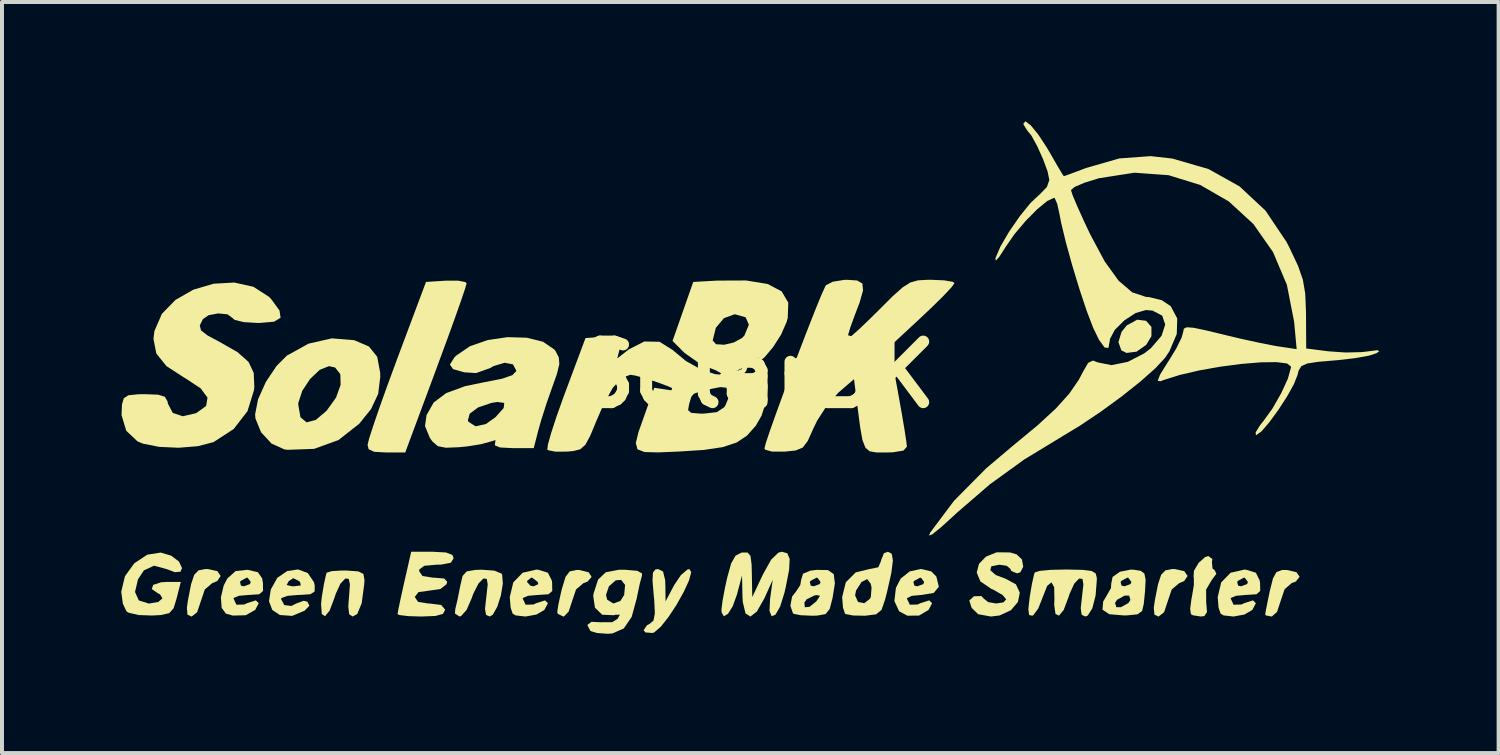
<source format=kicad_pcb>
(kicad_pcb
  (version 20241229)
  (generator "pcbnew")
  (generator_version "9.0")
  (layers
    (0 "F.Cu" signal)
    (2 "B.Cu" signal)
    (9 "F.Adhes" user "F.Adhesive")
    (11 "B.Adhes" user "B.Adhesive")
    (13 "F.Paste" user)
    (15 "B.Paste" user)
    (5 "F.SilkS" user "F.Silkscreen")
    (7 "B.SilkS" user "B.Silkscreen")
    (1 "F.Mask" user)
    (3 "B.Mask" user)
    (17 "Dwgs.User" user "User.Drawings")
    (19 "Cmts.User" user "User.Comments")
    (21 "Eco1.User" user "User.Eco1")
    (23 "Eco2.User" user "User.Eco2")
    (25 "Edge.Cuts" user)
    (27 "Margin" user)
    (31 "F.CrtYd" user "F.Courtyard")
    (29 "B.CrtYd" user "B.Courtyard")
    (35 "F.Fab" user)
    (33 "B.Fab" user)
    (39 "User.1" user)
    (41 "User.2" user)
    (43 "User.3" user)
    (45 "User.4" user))
  (footprint "SolarBK"
    (layer "F.Cu")
    (at 15.956 6.374)
    (property "Reference" "SolarBK" (at 0 0 0) (layer "F.SilkS") (effects (font (size 1.524 1.524) (thickness 0.3))))
    (attr board_only exclude_from_pos_files exclude_from_bom)
    (fp_poly (pts (xy 9.814 -1.357) (xy 9.948 -1.204) (xy 9.948 -0.971) (xy 9.816 -0.752) (xy 9.573 -0.581) (xy 9.322 -0.549) (xy 9.19 -0.615) (xy 9.118 -0.822) (xy 9.197 -1.08) (xy 9.327 -1.241) (xy 9.591 -1.385)) (stroke (width 0) (type solid)) (fill yes) (layer "F.SilkS"))
    (fp_poly (pts (xy -13.541 4.938) (xy -13.457 5.06) (xy -13.544 5.188) (xy -13.67 5.24) (xy -13.856 5.399) (xy -13.953 5.687) (xy -14.049 5.971) (xy -14.185 6.079) (xy -14.19 6.079) (xy -14.291 6.033) (xy -14.307 5.862) (xy -14.28 5.672) (xy -14.201 5.266) (xy -14.122 5.03) (xy -14.015 4.919) (xy -13.851 4.886) (xy -13.778 4.885)) (stroke (width 0) (type solid)) (fill yes) (layer "F.SilkS"))
    (fp_poly (pts (xy 10.773 4.938) (xy 10.857 5.06) (xy 10.77 5.188) (xy 10.645 5.24) (xy 10.458 5.399) (xy 10.361 5.687) (xy 10.266 5.971) (xy 10.129 6.079) (xy 10.125 6.079) (xy 10.024 6.033) (xy 10.007 5.862) (xy 10.034 5.672) (xy 10.114 5.266) (xy 10.192 5.03) (xy 10.299 4.919) (xy 10.463 4.886) (xy 10.536 4.885)) (stroke (width 0) (type solid)) (fill yes) (layer "F.SilkS"))
    (fp_poly (pts (xy -4.439 4.909) (xy -4.205 4.966) (xy -4.129 5.082) (xy -4.231 5.201) (xy -4.335 5.24) (xy -4.521 5.399) (xy -4.618 5.687) (xy -4.706 5.954) (xy -4.825 6.077) (xy -4.842 6.079) (xy -4.979 6.012) (xy -4.993 5.964) (xy -4.968 5.795) (xy -4.906 5.506) (xy -4.874 5.374) (xy -4.784 5.08) (xy -4.679 4.943) (xy -4.505 4.908)) (stroke (width 0) (type solid)) (fill yes) (layer "F.SilkS"))
    (fp_poly (pts (xy 13.594 4.965) (xy 13.674 5.08) (xy 13.579 5.199) (xy 13.475 5.238) (xy 13.297 5.392) (xy 13.198 5.685) (xy 13.106 5.964) (xy 12.977 6.078) (xy 12.966 6.079) (xy 12.825 6.051) (xy 12.809 6.03) (xy 12.829 5.904) (xy 12.883 5.638) (xy 12.924 5.44) (xy 13.004 5.121) (xy 13.091 4.962) (xy 13.23 4.91) (xy 13.359 4.909)) (stroke (width 0) (type solid)) (fill yes) (layer "F.SilkS"))
    (fp_poly (pts (xy -7.301 -2.33) (xy -7.273 -2.299) (xy -7.309 -2.17) (xy -7.41 -1.871) (xy -7.565 -1.432) (xy -7.762 -0.887) (xy -7.991 -0.267) (xy -8.044 -0.122) (xy -8.816 1.954) (xy -9.293 1.954) (xy -9.597 1.937) (xy -9.736 1.872) (xy -9.763 1.764) (xy -9.725 1.606) (xy -9.62 1.281) (xy -9.463 0.823) (xy -9.264 0.267) (xy -9.036 -0.351) (xy -9.026 -0.38) (xy -8.294 -2.334) (xy -7.784 -2.367) (xy -7.485 -2.367)) (stroke (width 0) (type solid)) (fill yes) (layer "F.SilkS"))
    (fp_poly (pts (xy 11.48 4.635) (xy 11.469 4.715) (xy 11.484 4.874) (xy 11.538 4.913) (xy 11.581 5.006) (xy 11.467 5.156) (xy 11.323 5.401) (xy 11.325 5.718) (xy 11.345 5.967) (xy 11.278 6.067) (xy 11.192 6.079) (xy 10.995 6.049) (xy 10.94 6.019) (xy 10.922 5.884) (xy 10.956 5.627) (xy 10.969 5.564) (xy 11.015 5.284) (xy 11.014 5.102) (xy 11.007 5.085) (xy 11.017 4.928) (xy 11.135 4.73) (xy 11.298 4.584) (xy 11.381 4.559)) (stroke (width 0) (type solid)) (fill yes) (layer "F.SilkS"))
    (fp_poly (pts (xy -10.285 4.923) (xy -9.997 4.944) (xy -9.868 5.008) (xy -9.841 5.161) (xy -9.847 5.265) (xy -9.911 5.745) (xy -10.022 6.015) (xy -10.138 6.079) (xy -10.226 6.021) (xy -10.248 5.821) (xy -10.229 5.576) (xy -10.207 5.268) (xy -10.238 5.131) (xy -10.322 5.123) (xy -10.445 5.252) (xy -10.564 5.51) (xy -10.59 5.592) (xy -10.717 5.93) (xy -10.833 6.071) (xy -10.914 6.016) (xy -10.933 5.767) (xy -10.913 5.577) (xy -10.859 5.256) (xy -10.809 5.031) (xy -10.791 4.977) (xy -10.666 4.938) (xy -10.403 4.922)) (stroke (width 0) (type solid)) (fill yes) (layer "F.SilkS"))
    (fp_poly (pts (xy -1.624 4.964) (xy -1.68 5.171) (xy -1.811 5.458) (xy -1.991 5.779) (xy -2.193 6.087) (xy -2.389 6.335) (xy -2.554 6.477) (xy -2.598 6.493) (xy -2.777 6.479) (xy -2.822 6.423) (xy -2.736 6.298) (xy -2.661 6.257) (xy -2.572 6.177) (xy -2.539 5.996) (xy -2.555 5.665) (xy -2.568 5.54) (xy -2.598 5.174) (xy -2.587 4.975) (xy -2.525 4.895) (xy -2.458 4.885) (xy -2.333 4.947) (xy -2.28 5.163) (xy -2.275 5.292) (xy -2.27 5.699) (xy -2.055 5.292) (xy -1.885 5.039) (xy -1.718 4.896) (xy -1.672 4.885)) (stroke (width 0) (type solid)) (fill yes) (layer "F.SilkS"))
    (fp_poly (pts (xy -6.575 4.925) (xy -6.396 4.999) (xy -6.379 5.024) (xy -6.362 5.251) (xy -6.41 5.546) (xy -6.501 5.832) (xy -6.612 6.031) (xy -6.689 6.079) (xy -6.784 6.039) (xy -6.81 5.886) (xy -6.776 5.576) (xy -6.742 5.27) (xy -6.766 5.133) (xy -6.851 5.123) (xy -6.974 5.249) (xy -7.105 5.507) (xy -7.147 5.625) (xy -7.274 5.914) (xy -7.412 6.067) (xy -7.453 6.079) (xy -7.566 6.003) (xy -7.557 5.889) (xy -7.501 5.654) (xy -7.438 5.338) (xy -7.432 5.305) (xy -7.374 5.059) (xy -7.27 4.944) (xy -7.05 4.907) (xy -6.893 4.902)) (stroke (width 0) (type solid)) (fill yes) (layer "F.SilkS"))
    (fp_poly (pts (xy 4.413 4.945) (xy 4.54 5.075) (xy 4.602 5.331) (xy 4.473 5.486) (xy 4.17 5.536) (xy 3.922 5.559) (xy 3.802 5.616) (xy 3.799 5.626) (xy 3.872 5.782) (xy 4.067 5.777) (xy 4.148 5.74) (xy 4.36 5.673) (xy 4.433 5.744) (xy 4.344 5.913) (xy 4.105 6.055) (xy 3.81 6.058) (xy 3.604 5.948) (xy 3.484 5.689) (xy 3.523 5.358) (xy 3.599 5.21) (xy 3.962 5.21) (xy 3.987 5.303) (xy 4.064 5.319) (xy 4.213 5.262) (xy 4.233 5.21) (xy 4.155 5.105) (xy 4.131 5.102) (xy 3.984 5.181) (xy 3.962 5.21) (xy 3.599 5.21) (xy 3.642 5.126) (xy 3.868 4.945) (xy 4.152 4.883)) (stroke (width 0) (type solid)) (fill yes) (layer "F.SilkS"))
    (fp_poly (pts (xy -11.266 4.986) (xy -11.111 5.216) (xy -11.091 5.303) (xy -11.095 5.452) (xy -11.203 5.519) (xy -11.468 5.536) (xy -11.498 5.536) (xy -11.773 5.558) (xy -11.928 5.614) (xy -11.94 5.638) (xy -11.859 5.79) (xy -11.68 5.814) (xy -11.56 5.753) (xy -11.369 5.683) (xy -11.277 5.706) (xy -11.225 5.807) (xy -11.347 5.932) (xy -11.659 6.063) (xy -11.969 6.041) (xy -12.159 5.914) (xy -12.242 5.693) (xy -12.196 5.399) (xy -12.133 5.286) (xy -11.798 5.286) (xy -11.667 5.318) (xy -11.615 5.319) (xy -11.442 5.297) (xy -11.459 5.215) (xy -11.484 5.189) (xy -11.632 5.114) (xy -11.745 5.189) (xy -11.798 5.286) (xy -12.133 5.286) (xy -12.033 5.106) (xy -11.785 4.936) (xy -11.51 4.895)) (stroke (width 0) (type solid)) (fill yes) (layer "F.SilkS"))
    (fp_poly (pts (xy -14.701 4.549) (xy -14.505 4.697) (xy -14.429 4.861) (xy -14.468 4.952) (xy -14.609 4.964) (xy -14.81 4.888) (xy -15.132 4.801) (xy -15.388 4.919) (xy -15.537 5.146) (xy -15.611 5.462) (xy -15.515 5.674) (xy -15.264 5.753) (xy -15.261 5.753) (xy -15.026 5.713) (xy -14.921 5.622) (xy -14.983 5.521) (xy -15.034 5.496) (xy -15.189 5.388) (xy -15.154 5.283) (xy -14.955 5.218) (xy -14.828 5.21) (xy -14.46 5.21) (xy -14.564 5.621) (xy -14.64 5.87) (xy -14.75 5.994) (xy -14.961 6.042) (xy -15.183 6.054) (xy -15.517 6.042) (xy -15.766 5.985) (xy -15.827 5.947) (xy -15.917 5.755) (xy -15.956 5.467) (xy -15.956 5.452) (xy -15.865 5.067) (xy -15.629 4.74) (xy -15.302 4.524) (xy -14.965 4.471)) (stroke (width 0) (type solid)) (fill yes) (layer "F.SilkS"))
    (fp_poly (pts (xy -12.771 4.906) (xy -12.522 4.965) (xy -12.415 5.117) (xy -12.394 5.237) (xy -12.392 5.436) (xy -12.486 5.519) (xy -12.736 5.536) (xy -12.747 5.536) (xy -13.001 5.558) (xy -13.13 5.613) (xy -13.134 5.626) (xy -13.061 5.782) (xy -12.866 5.777) (xy -12.785 5.74) (xy -12.573 5.673) (xy -12.5 5.744) (xy -12.589 5.913) (xy -12.826 6.047) (xy -13.153 6.055) (xy -13.324 6.007) (xy -13.433 5.859) (xy -13.451 5.597) (xy -13.381 5.299) (xy -13.334 5.21) (xy -12.971 5.21) (xy -12.947 5.303) (xy -12.869 5.319) (xy -12.721 5.262) (xy -12.7 5.21) (xy -12.778 5.105) (xy -12.802 5.102) (xy -12.949 5.181) (xy -12.971 5.21) (xy -13.334 5.21) (xy -13.287 5.12) (xy -13.08 4.936) (xy -12.784 4.904)) (stroke (width 0) (type solid)) (fill yes) (layer "F.SilkS"))
    (fp_poly (pts (xy 3.418 4.501) (xy 3.447 4.669) (xy 3.408 4.981) (xy 3.299 5.464) (xy 3.25 5.654) (xy 3.162 5.91) (xy 3.025 6.024) (xy 2.758 6.058) (xy 2.731 6.059) (xy 2.444 6.053) (xy 2.26 6.017) (xy 2.242 6.005) (xy 2.192 5.856) (xy 2.171 5.596) (xy 2.171 5.589) (xy 2.181 5.549) (xy 2.497 5.549) (xy 2.57 5.713) (xy 2.727 5.744) (xy 2.872 5.631) (xy 2.892 5.59) (xy 2.91 5.348) (xy 2.887 5.252) (xy 2.801 5.138) (xy 2.659 5.21) (xy 2.658 5.211) (xy 2.52 5.426) (xy 2.497 5.549) (xy 2.181 5.549) (xy 2.263 5.217) (xy 2.512 4.969) (xy 2.858 4.885) (xy 3.08 4.841) (xy 3.148 4.684) (xy 3.148 4.668) (xy 3.221 4.487) (xy 3.323 4.45)) (stroke (width 0) (type solid)) (fill yes) (layer "F.SilkS"))
    (fp_poly (pts (xy -7.794 4.468) (xy -7.63 4.53) (xy -7.598 4.613) (xy -7.67 4.726) (xy -7.908 4.773) (xy -8.032 4.776) (xy -8.334 4.803) (xy -8.459 4.892) (xy -8.467 4.939) (xy -8.383 5.06) (xy -8.119 5.102) (xy -8.09 5.102) (xy -7.839 5.123) (xy -7.762 5.202) (xy -7.776 5.265) (xy -7.931 5.387) (xy -8.207 5.427) (xy -8.483 5.465) (xy -8.575 5.584) (xy -8.575 5.59) (xy -8.493 5.711) (xy -8.23 5.753) (xy -8.195 5.753) (xy -7.914 5.788) (xy -7.816 5.901) (xy -7.815 5.916) (xy -7.869 6.014) (xy -8.057 6.065) (xy -8.412 6.079) (xy -8.739 6.069) (xy -8.956 6.043) (xy -9.009 6.019) (xy -8.987 5.891) (xy -8.928 5.61) (xy -8.845 5.235) (xy -8.838 5.205) (xy -8.666 4.45) (xy -8.132 4.45)) (stroke (width 0) (type solid)) (fill yes) (layer "F.SilkS"))
    (fp_poly (pts (xy -5.464 4.904) (xy -5.228 4.978) (xy -5.131 5.171) (xy -5.122 5.237) (xy -5.119 5.436) (xy -5.213 5.519) (xy -5.463 5.536) (xy -5.474 5.536) (xy -5.728 5.558) (xy -5.857 5.613) (xy -5.862 5.626) (xy -5.789 5.782) (xy -5.594 5.777) (xy -5.512 5.74) (xy -5.3 5.673) (xy -5.228 5.744) (xy -5.317 5.913) (xy -5.514 6.029) (xy -5.792 6.079) (xy -6.04 6.051) (xy -6.115 6.006) (xy -6.165 5.856) (xy -6.187 5.596) (xy -6.187 5.589) (xy -6.099 5.221) (xy -6.089 5.21) (xy -5.753 5.21) (xy -5.665 5.306) (xy -5.584 5.319) (xy -5.471 5.266) (xy -5.482 5.21) (xy -5.62 5.106) (xy -5.651 5.102) (xy -5.75 5.185) (xy -5.753 5.21) (xy -6.089 5.21) (xy -5.863 4.978) (xy -5.518 4.899)) (stroke (width 0) (type solid)) (fill yes) (layer "F.SilkS"))
    (fp_poly (pts (xy 12.338 4.904) (xy 12.574 4.978) (xy 12.67 5.171) (xy 12.68 5.237) (xy 12.683 5.436) (xy 12.589 5.519) (xy 12.339 5.536) (xy 12.327 5.536) (xy 12.073 5.558) (xy 11.944 5.613) (xy 11.94 5.626) (xy 12.013 5.782) (xy 12.208 5.777) (xy 12.289 5.74) (xy 12.501 5.673) (xy 12.574 5.744) (xy 12.485 5.913) (xy 12.288 6.029) (xy 12.01 6.079) (xy 11.762 6.051) (xy 11.687 6.006) (xy 11.636 5.856) (xy 11.615 5.596) (xy 11.615 5.589) (xy 11.702 5.221) (xy 11.713 5.21) (xy 12.103 5.21) (xy 12.128 5.303) (xy 12.205 5.319) (xy 12.354 5.262) (xy 12.374 5.21) (xy 12.296 5.105) (xy 12.272 5.102) (xy 12.125 5.181) (xy 12.103 5.21) (xy 11.713 5.21) (xy 11.939 4.978) (xy 12.283 4.899)) (stroke (width 0) (type solid)) (fill yes) (layer "F.SilkS"))
    (fp_poly (pts (xy -10.097 -0.869) (xy -9.728 -0.71) (xy -9.521 -0.453) (xy -9.446 -0.053) (xy -9.444 0.054) (xy -9.496 0.48) (xy -9.675 0.862) (xy -9.972 1.231) (xy -10.492 1.64) (xy -11.106 1.863) (xy -11.777 1.887) (xy -11.856 1.876) (xy -12.177 1.731) (xy -12.441 1.447) (xy -12.582 1.101) (xy -12.591 0.997) (xy -12.543 0.75) (xy -11.506 0.75) (xy -11.451 1.067) (xy -11.297 1.197) (xy -11.064 1.135) (xy -10.793 0.904) (xy -10.556 0.574) (xy -10.441 0.253) (xy -10.448 -0.015) (xy -10.58 -0.183) (xy -10.733 -0.217) (xy -10.965 -0.125) (xy -11.208 0.105) (xy -11.405 0.403) (xy -11.503 0.701) (xy -11.506 0.75) (xy -12.543 0.75) (xy -12.516 0.615) (xy -12.321 0.18) (xy -12.051 -0.223) (xy -11.793 -0.481) (xy -11.249 -0.782) (xy -10.661 -0.916)) (stroke (width 0) (type solid)) (fill yes) (layer "F.SilkS"))
    (fp_poly (pts (xy 6.394 4.468) (xy 6.558 4.516) (xy 6.693 4.646) (xy 6.724 4.828) (xy 6.65 4.968) (xy 6.567 4.993) (xy 6.423 4.935) (xy 6.404 4.885) (xy 6.311 4.804) (xy 6.124 4.776) (xy 5.921 4.817) (xy 5.896 4.916) (xy 6.034 5.036) (xy 6.276 5.127) (xy 6.54 5.269) (xy 6.638 5.48) (xy 6.591 5.713) (xy 6.415 5.92) (xy 6.129 6.053) (xy 5.912 6.079) (xy 5.591 6.021) (xy 5.426 5.86) (xy 5.368 5.677) (xy 5.475 5.578) (xy 5.498 5.569) (xy 5.675 5.565) (xy 5.728 5.625) (xy 5.844 5.717) (xy 6.044 5.751) (xy 6.228 5.723) (xy 6.296 5.646) (xy 6.205 5.539) (xy 5.981 5.409) (xy 5.916 5.38) (xy 5.647 5.196) (xy 5.555 4.975) (xy 5.611 4.755) (xy 5.788 4.572) (xy 6.058 4.464)) (stroke (width 0) (type solid)) (fill yes) (layer "F.SilkS"))
    (fp_poly (pts (xy 0.793 4.49) (xy 0.851 4.631) (xy 0.837 4.906) (xy 0.751 5.346) (xy 0.722 5.473) (xy 0.611 5.829) (xy 0.494 6.032) (xy 0.397 6.072) (xy 0.344 5.937) (xy 0.359 5.632) (xy 0.425 5.156) (xy 0.217 5.617) (xy 0.027 5.953) (xy -0.137 6.08) (xy -0.26 6) (xy -0.328 5.714) (xy -0.336 5.563) (xy -0.347 5.047) (xy -0.475 5.528) (xy -0.581 5.821) (xy -0.701 6.012) (xy -0.805 6.073) (xy -0.861 5.974) (xy -0.864 5.898) (xy -0.837 5.684) (xy -0.774 5.348) (xy -0.72 5.102) (xy -0.62 4.743) (xy -0.511 4.55) (xy -0.366 4.474) (xy -0.345 4.47) (xy -0.208 4.47) (xy -0.135 4.553) (xy -0.106 4.772) (xy -0.1 5.013) (xy -0.09 5.59) (xy 0.179 5.02) (xy 0.385 4.65) (xy 0.567 4.473) (xy 0.658 4.45)) (stroke (width 0) (type solid)) (fill yes) (layer "F.SilkS"))
    (fp_poly (pts (xy 7.82 4.897) (xy 8.216 4.906) (xy 8.442 4.933) (xy 8.546 4.995) (xy 8.574 5.106) (xy 8.575 5.152) (xy 8.544 5.552) (xy 8.462 5.872) (xy 8.346 6.055) (xy 8.284 6.079) (xy 8.193 6.034) (xy 8.17 5.869) (xy 8.203 5.576) (xy 8.237 5.27) (xy 8.213 5.133) (xy 8.129 5.124) (xy 8.007 5.252) (xy 7.889 5.51) (xy 7.863 5.592) (xy 7.741 5.915) (xy 7.623 6.057) (xy 7.535 6.013) (xy 7.502 5.778) (xy 7.508 5.661) (xy 7.502 5.34) (xy 7.434 5.22) (xy 7.327 5.307) (xy 7.21 5.603) (xy 7.102 5.877) (xy 6.979 6.044) (xy 6.952 6.059) (xy 6.872 6.041) (xy 6.853 5.888) (xy 6.889 5.577) (xy 6.944 5.253) (xy 6.996 5.025) (xy 7.017 4.969) (xy 7.141 4.931) (xy 7.423 4.905) (xy 7.802 4.897)) (stroke (width 0) (type solid)) (fill yes) (layer "F.SilkS"))
    (fp_poly (pts (xy -2.984 4.929) (xy -2.861 4.996) (xy -2.864 5.054) (xy -2.917 5.249) (xy -2.98 5.548) (xy -2.991 5.61) (xy -3.122 6.089) (xy -3.321 6.38) (xy -3.608 6.505) (xy -3.729 6.513) (xy -3.997 6.493) (xy -4.157 6.444) (xy -4.161 6.44) (xy -4.237 6.29) (xy -4.131 6.212) (xy -3.917 6.223) (xy -3.609 6.221) (xy -3.477 6.137) (xy -3.418 6.032) (xy -3.532 6.035) (xy -3.576 6.046) (xy -3.863 6.034) (xy -4.046 5.857) (xy -4.089 5.557) (xy -4.085 5.535) (xy -3.767 5.535) (xy -3.739 5.654) (xy -3.583 5.752) (xy -3.406 5.687) (xy -3.311 5.537) (xy -3.287 5.285) (xy -3.388 5.158) (xy -3.523 5.169) (xy -3.694 5.319) (xy -3.767 5.535) (xy -4.085 5.535) (xy -4.079 5.498) (xy -3.967 5.151) (xy -3.773 4.966) (xy -3.443 4.903) (xy -3.295 4.903)) (stroke (width 0) (type solid)) (fill yes) (layer "F.SilkS"))
    (fp_poly (pts (xy 1.815 4.912) (xy 1.96 5.014) (xy 1.988 5.249) (xy 1.931 5.605) (xy 1.858 5.888) (xy 1.753 6.018) (xy 1.545 6.056) (xy 1.418 6.059) (xy 1.133 6.047) (xy 0.952 6.011) (xy 0.934 5.999) (xy 0.869 5.809) (xy 0.884 5.726) (xy 1.221 5.726) (xy 1.232 5.846) (xy 1.35 5.836) (xy 1.516 5.703) (xy 1.53 5.686) (xy 1.615 5.557) (xy 1.529 5.54) (xy 1.471 5.551) (xy 1.277 5.647) (xy 1.221 5.726) (xy 0.884 5.726) (xy 0.912 5.577) (xy 1.004 5.46) (xy 1.118 5.289) (xy 1.131 5.21) (xy 1.357 5.21) (xy 1.381 5.303) (xy 1.459 5.319) (xy 1.607 5.262) (xy 1.628 5.21) (xy 1.55 5.105) (xy 1.526 5.102) (xy 1.379 5.181) (xy 1.357 5.21) (xy 1.131 5.21) (xy 1.14 5.156) (xy 1.188 5.002) (xy 1.371 4.926) (xy 1.533 4.906)) (stroke (width 0) (type solid)) (fill yes) (layer "F.SilkS"))
    (fp_poly (pts (xy 9.518 4.904) (xy 9.681 4.931) (xy 9.771 4.999) (xy 9.802 5.154) (xy 9.787 5.443) (xy 9.755 5.763) (xy 9.714 5.94) (xy 9.597 6.024) (xy 9.341 6.05) (xy 9.252 6.052) (xy 8.888 6.021) (xy 8.722 5.911) (xy 8.718 5.902) (xy 8.731 5.736) (xy 9.033 5.736) (xy 9.065 5.844) (xy 9.178 5.845) (xy 9.368 5.741) (xy 9.42 5.661) (xy 9.388 5.553) (xy 9.275 5.553) (xy 9.085 5.657) (xy 9.033 5.736) (xy 8.731 5.736) (xy 8.734 5.703) (xy 8.819 5.559) (xy 8.93 5.365) (xy 8.937 5.254) (xy 8.946 5.21) (xy 9.172 5.21) (xy 9.197 5.303) (xy 9.274 5.319) (xy 9.423 5.262) (xy 9.444 5.21) (xy 9.366 5.105) (xy 9.341 5.102) (xy 9.194 5.181) (xy 9.172 5.21) (xy 8.946 5.21) (xy 8.971 5.084) (xy 9.156 4.953) (xy 9.43 4.899)) (stroke (width 0) (type solid)) (fill yes) (layer "F.SilkS"))
    (fp_poly (pts (xy -12.635 -2.213) (xy -12.241 -1.96) (xy -12.184 -1.899) (xy -11.977 -1.615) (xy -11.951 -1.433) (xy -12.115 -1.335) (xy -12.48 -1.303) (xy -12.528 -1.303) (xy -12.878 -1.324) (xy -13.105 -1.38) (xy -13.157 -1.425) (xy -13.286 -1.52) (xy -13.521 -1.543) (xy -13.762 -1.497) (xy -13.905 -1.398) (xy -13.982 -1.239) (xy -13.951 -1.115) (xy -13.78 -0.984) (xy -13.487 -0.828) (xy -13.033 -0.569) (xy -12.756 -0.323) (xy -12.626 -0.048) (xy -12.611 0.301) (xy -12.619 0.386) (xy -12.783 0.916) (xy -13.129 1.363) (xy -13.625 1.686) (xy -13.646 1.696) (xy -14.032 1.796) (xy -14.513 1.835) (xy -15.003 1.813) (xy -15.412 1.732) (xy -15.548 1.675) (xy -15.832 1.407) (xy -15.95 1.012) (xy -15.938 0.744) (xy -15.893 0.591) (xy -15.776 0.515) (xy -15.527 0.49) (xy -15.359 0.488) (xy -15.032 0.5) (xy -14.863 0.552) (xy -14.794 0.667) (xy -14.783 0.728) (xy -14.661 0.959) (xy -14.412 1.043) (xy -14.076 0.966) (xy -14.069 0.963) (xy -13.823 0.784) (xy -13.788 0.574) (xy -13.962 0.34) (xy -14.343 0.089) (xy -14.368 0.076) (xy -14.821 -0.218) (xy -15.075 -0.535) (xy -15.147 -0.902) (xy -15.124 -1.097) (xy -14.936 -1.531) (xy -14.593 -1.883) (xy -14.143 -2.14) (xy -13.634 -2.29) (xy -13.115 -2.319)) (stroke (width 0) (type solid)) (fill yes) (layer "F.SilkS"))
    (fp_poly (pts (xy -5.762 -0.932) (xy -5.351 -0.83) (xy -5.067 -0.636) (xy -5.035 -0.593) (xy -4.954 -0.436) (xy -4.941 -0.267) (xy -5.002 -0.019) (xy -5.111 0.287) (xy -5.263 0.72) (xy -5.401 1.154) (xy -5.466 1.384) (xy -5.585 1.845) (xy -6.11 1.845) (xy -6.434 1.828) (xy -6.564 1.773) (xy -6.556 1.718) (xy -6.546 1.642) (xy -6.685 1.684) (xy -6.912 1.746) (xy -7.257 1.801) (xy -7.454 1.821) (xy -7.795 1.835) (xy -7.997 1.795) (xy -8.133 1.677) (xy -8.197 1.587) (xy -8.319 1.291) (xy -8.299 1.148) (xy -7.241 1.148) (xy -7.225 1.184) (xy -7.047 1.296) (xy -6.79 1.24) (xy -6.547 1.067) (xy -6.341 0.836) (xy -6.326 0.708) (xy -6.502 0.684) (xy -6.649 0.708) (xy -6.985 0.822) (xy -7.196 0.98) (xy -7.241 1.148) (xy -8.299 1.148) (xy -8.28 1.014) (xy -8.101 0.698) (xy -7.787 0.461) (xy -7.309 0.286) (xy -6.838 0.189) (xy -6.385 0.1) (xy -6.123 0.01) (xy -6.026 -0.09) (xy -6.024 -0.107) (xy -6.108 -0.262) (xy -6.317 -0.302) (xy -6.59 -0.221) (xy -6.684 -0.167) (xy -7.034 -0.043) (xy -7.33 -0.062) (xy -7.613 -0.142) (xy -7.693 -0.256) (xy -7.584 -0.431) (xy -7.536 -0.481) (xy -7.189 -0.718) (xy -6.739 -0.874) (xy -6.244 -0.946)) (stroke (width 0) (type solid)) (fill yes) (layer "F.SilkS"))
    (fp_poly (pts (xy 4.74 -2.374) (xy 4.95 -2.338) (xy 4.997 -2.307) (xy 4.923 -2.203) (xy 4.723 -1.989) (xy 4.428 -1.698) (xy 4.182 -1.465) (xy 3.365 -0.706) (xy 3.582 0.48) (xy 3.67 0.972) (xy 3.741 1.393) (xy 3.786 1.691) (xy 3.799 1.809) (xy 3.713 1.906) (xy 3.443 1.95) (xy 3.268 1.954) (xy 3.028 1.953) (xy 2.864 1.925) (xy 2.756 1.834) (xy 2.682 1.645) (xy 2.624 1.322) (xy 2.56 0.829) (xy 2.541 0.679) (xy 2.469 0.11) (xy 2.076 0.449) (xy 1.799 0.757) (xy 1.543 1.152) (xy 1.45 1.344) (xy 1.307 1.662) (xy 1.18 1.831) (xy 1.002 1.904) (xy 0.717 1.933) (xy 0.403 1.931) (xy 0.233 1.883) (xy 0.217 1.853) (xy 0.254 1.708) (xy 0.357 1.401) (xy 0.51 0.97) (xy 0.698 0.455) (xy 0.907 -0.106) (xy 1.122 -0.673) (xy 1.328 -1.208) (xy 1.511 -1.671) (xy 1.655 -2.022) (xy 1.747 -2.224) (xy 1.764 -2.252) (xy 1.935 -2.34) (xy 2.223 -2.386) (xy 2.293 -2.388) (xy 2.547 -2.371) (xy 2.679 -2.295) (xy 2.696 -2.122) (xy 2.609 -1.815) (xy 2.493 -1.51) (xy 2.378 -1.197) (xy 2.313 -0.977) (xy 2.309 -0.912) (xy 2.395 -0.967) (xy 2.599 -1.148) (xy 2.885 -1.421) (xy 3.097 -1.631) (xy 3.445 -1.978) (xy 3.692 -2.198) (xy 3.886 -2.321) (xy 4.079 -2.375) (xy 4.32 -2.388) (xy 4.42 -2.388)) (stroke (width 0) (type solid)) (fill yes) (layer "F.SilkS"))
    (fp_poly (pts (xy 0.298 -2.282) (xy 0.649 -2.097) (xy 0.816 -1.815) (xy 0.803 -1.432) (xy 0.773 -1.325) (xy 0.635 -1.01) (xy 0.437 -0.699) (xy 0.219 -0.44) (xy 0.023 -0.282) (xy -0.102 -0.267) (xy -0.193 -0.274) (xy -0.193 -0.233) (xy -0.245 -0.09) (xy -0.38 0.054) (xy -0.483 0.148) (xy -0.425 0.134) (xy -0.24 0.036) (xy 0.005 -0.083) (xy 0.139 -0.088) (xy 0.226 0.001) (xy 0.299 0.273) (xy 0.267 0.643) (xy 0.144 1.029) (xy 0.001 1.279) (xy -0.221 1.529) (xy -0.483 1.704) (xy -0.831 1.819) (xy -1.308 1.89) (xy -1.927 1.93) (xy -2.458 1.952) (xy -2.798 1.943) (xy -2.976 1.874) (xy -3.018 1.717) (xy -2.951 1.442) (xy -2.802 1.022) (xy -2.796 1.004) (xy -2.755 0.888) (xy -1.704 0.888) (xy -1.626 0.958) (xy -1.393 0.977) (xy -1.314 0.977) (xy -0.98 0.94) (xy -0.795 0.816) (xy -0.764 0.767) (xy -0.644 0.479) (xy -0.682 0.332) (xy -0.892 0.31) (xy -1.113 0.353) (xy -1.407 0.425) (xy -1.555 0.476) (xy -1.62 0.549) (xy -1.662 0.686) (xy -1.676 0.733) (xy -1.704 0.888) (xy -2.755 0.888) (xy -2.553 0.326) (xy -2.172 0.385) (xy -2.002 0.403) (xy -2.011 0.374) (xy -2.211 0.288) (xy -2.384 0.222) (xy -2.738 0.1) (xy -3.029 0.02) (xy -3.154 0) (xy -3.376 0.081) (xy -3.601 0.334) (xy -3.842 0.775) (xy -4.008 1.158) (xy -4.166 1.538) (xy -4.288 1.762) (xy -4.415 1.874) (xy -4.591 1.918) (xy -4.749 1.932) (xy -5.038 1.934) (xy -5.221 1.897) (xy -5.244 1.878) (xy -5.227 1.75) (xy -5.145 1.459) (xy -5.01 1.046) (xy -4.834 0.552) (xy -4.79 0.434) (xy -4.283 -0.923) (xy -3.81 -0.957) (xy -3.519 -0.97) (xy -3.394 -0.934) (xy -3.385 -0.814) (xy -3.411 -0.701) (xy -3.484 -0.411) (xy -3.193 -0.639) (xy -2.803 -0.837) (xy -2.422 -0.83) (xy -2.083 -0.618) (xy -2.068 -0.603) (xy -1.755 -0.344) (xy -1.378 -0.133) (xy -1.025 -0.015) (xy -0.906 -0.005) (xy -0.871 -0.037) (xy -1.011 -0.115) (xy -1.131 -0.161) (xy -1.172 -0.181) (xy -0.507 -0.181) (xy -0.492 -0.116) (xy -0.434 -0.109) (xy -0.345 -0.148) (xy -0.362 -0.181) (xy -0.491 -0.194) (xy -0.507 -0.181) (xy -1.172 -0.181) (xy -1.481 -0.33) (xy -1.552 -0.38) (xy 0 -0.38) (xy 0.054 -0.326) (xy 0.109 -0.38) (xy 0.054 -0.434) (xy 0 -0.38) (xy -1.552 -0.38) (xy -1.789 -0.547) (xy -1.825 -0.582) (xy -2.094 -0.851) (xy -2.09 -0.863) (xy -1.085 -0.863) (xy -1.001 -0.768) (xy -0.797 -0.755) (xy -0.553 -0.812) (xy -0.344 -0.927) (xy -0.286 -0.989) (xy -0.175 -1.259) (xy -0.256 -1.445) (xy -0.515 -1.519) (xy -0.537 -1.52) (xy -0.803 -1.423) (xy -1.006 -1.18) (xy -1.085 -0.863) (xy -2.09 -0.863) (xy -1.834 -1.592) (xy -1.574 -2.334) (xy -0.977 -2.368) (xy -0.243 -2.371)) (stroke (width 0) (type solid)) (fill yes) (layer "F.SilkS"))
    (fp_poly (pts (xy 6.912 -6.274) (xy 7.1 -6.044) (xy 7.318 -5.713) (xy 7.404 -5.567) (xy 7.577 -5.265) (xy 7.7 -5.058) (xy 7.744 -4.993) (xy 7.846 -5.028) (xy 8.089 -5.118) (xy 8.304 -5.2) (xy 9.141 -5.44) (xy 9.931 -5.498) (xy 10.474 -5.437) (xy 11.386 -5.172) (xy 12.165 -4.736) (xy 12.817 -4.127) (xy 13.346 -3.338) (xy 13.425 -3.184) (xy 13.634 -2.739) (xy 13.756 -2.39) (xy 13.815 -2.044) (xy 13.834 -1.609) (xy 13.835 -1.513) (xy 13.84 -0.661) (xy 14.408 -0.589) (xy 14.83 -0.56) (xy 15.24 -0.57) (xy 15.385 -0.587) (xy 15.627 -0.618) (xy 15.677 -0.594) (xy 15.608 -0.542) (xy 15.415 -0.48) (xy 15.072 -0.418) (xy 14.647 -0.369) (xy 14.555 -0.361) (xy 14.123 -0.324) (xy 13.86 -0.282) (xy 13.719 -0.217) (xy 13.651 -0.109) (xy 13.621 0.008) (xy 13.529 0.239) (xy 13.356 0.55) (xy 13.137 0.887) (xy 12.911 1.196) (xy 12.713 1.425) (xy 12.58 1.519) (xy 12.576 1.52) (xy 12.569 1.448) (xy 12.681 1.267) (xy 12.761 1.167) (xy 12.995 0.843) (xy 13.213 0.461) (xy 13.38 0.095) (xy 13.456 -0.181) (xy 13.457 -0.206) (xy 13.36 -0.284) (xy 13.093 -0.318) (xy 12.697 -0.313) (xy 12.214 -0.273) (xy 11.685 -0.204) (xy 11.153 -0.11) (xy 10.658 0.005) (xy 10.242 0.136) (xy 10.176 0.163) (xy 10.106 0.15) (xy 10.165 -0.005) (xy 10.358 -0.314) (xy 10.366 -0.325) (xy 10.567 -0.652) (xy 10.705 -0.93) (xy 10.746 -1.075) (xy 10.763 -1.159) (xy 10.838 -1.195) (xy 11.013 -1.181) (xy 11.326 -1.115) (xy 11.696 -1.025) (xy 12.191 -0.907) (xy 12.669 -0.803) (xy 13.044 -0.729) (xy 13.123 -0.716) (xy 13.6 -0.644) (xy 13.536 -1.333) (xy 13.354 -2.262) (xy 13.005 -3.086) (xy 12.512 -3.79) (xy 11.894 -4.358) (xy 11.175 -4.773) (xy 10.377 -5.019) (xy 9.52 -5.081) (xy 8.628 -4.942) (xy 8.627 -4.942) (xy 8.272 -4.832) (xy 8.02 -4.725) (xy 7.924 -4.646) (xy 7.968 -4.509) (xy 8.089 -4.223) (xy 8.264 -3.836) (xy 8.408 -3.532) (xy 8.774 -2.848) (xy 9.122 -2.366) (xy 9.465 -2.073) (xy 9.814 -1.957) (xy 9.886 -1.954) (xy 10.21 -1.874) (xy 10.433 -1.725) (xy 10.597 -1.416) (xy 10.585 -1.025) (xy 10.398 -0.587) (xy 10.293 -0.429) (xy 10.051 -0.167) (xy 9.669 0.171) (xy 9.194 0.549) (xy 8.67 0.931) (xy 8.145 1.283) (xy 7.75 1.522) (xy 6.753 2.128) (xy 5.884 2.756) (xy 5.059 3.468) (xy 5.01 3.514) (xy 4.656 3.836) (xy 4.435 4.014) (xy 4.354 4.043) (xy 4.389 3.962) (xy 4.982 3.171) (xy 5.79 2.355) (xy 6.467 1.782) (xy 7.083 1.273) (xy 7.545 0.848) (xy 7.882 0.474) (xy 8.125 0.12) (xy 8.226 -0.073) (xy 8.356 -0.299) (xy 8.478 -0.357) (xy 8.604 -0.31) (xy 8.942 -0.242) (xy 9.352 -0.324) (xy 9.769 -0.539) (xy 9.934 -0.668) (xy 10.202 -0.979) (xy 10.295 -1.263) (xy 10.219 -1.486) (xy 9.978 -1.613) (xy 9.81 -1.628) (xy 9.55 -1.553) (xy 9.266 -1.367) (xy 9.027 -1.129) (xy 8.905 -0.9) (xy 8.901 -0.859) (xy 8.866 -0.675) (xy 8.771 -0.685) (xy 8.63 -0.878) (xy 8.485 -1.176) (xy 8.324 -1.596) (xy 8.141 -2.143) (xy 7.958 -2.746) (xy 7.796 -3.331) (xy 7.677 -3.825) (xy 7.637 -4.033) (xy 7.579 -4.298) (xy 7.516 -4.442) (xy 7.501 -4.45) (xy 7.328 -4.37) (xy 7.074 -4.161) (xy 6.786 -3.869) (xy 6.509 -3.542) (xy 6.289 -3.226) (xy 6.284 -3.218) (xy 6.126 -2.972) (xy 6.034 -2.87) (xy 6.026 -2.931) (xy 6.149 -3.222) (xy 6.368 -3.596) (xy 6.635 -3.983) (xy 6.903 -4.315) (xy 7.124 -4.524) (xy 7.131 -4.528) (xy 7.318 -4.72) (xy 7.381 -4.898) (xy 7.336 -5.114) (xy 7.222 -5.424) (xy 7.075 -5.75) (xy 6.929 -6.016) (xy 6.826 -6.141) (xy 6.732 -6.291) (xy 6.73 -6.315) (xy 6.78 -6.374)) (stroke (width 0) (type solid)) (fill yes) (layer "F.SilkS")))
  (gr_rect
    (start -3 -3)
    (end 34.634 15.887)
    (stroke (width 0.1) (type default))
    (fill no)
    (layer "Edge.Cuts")))
</source>
